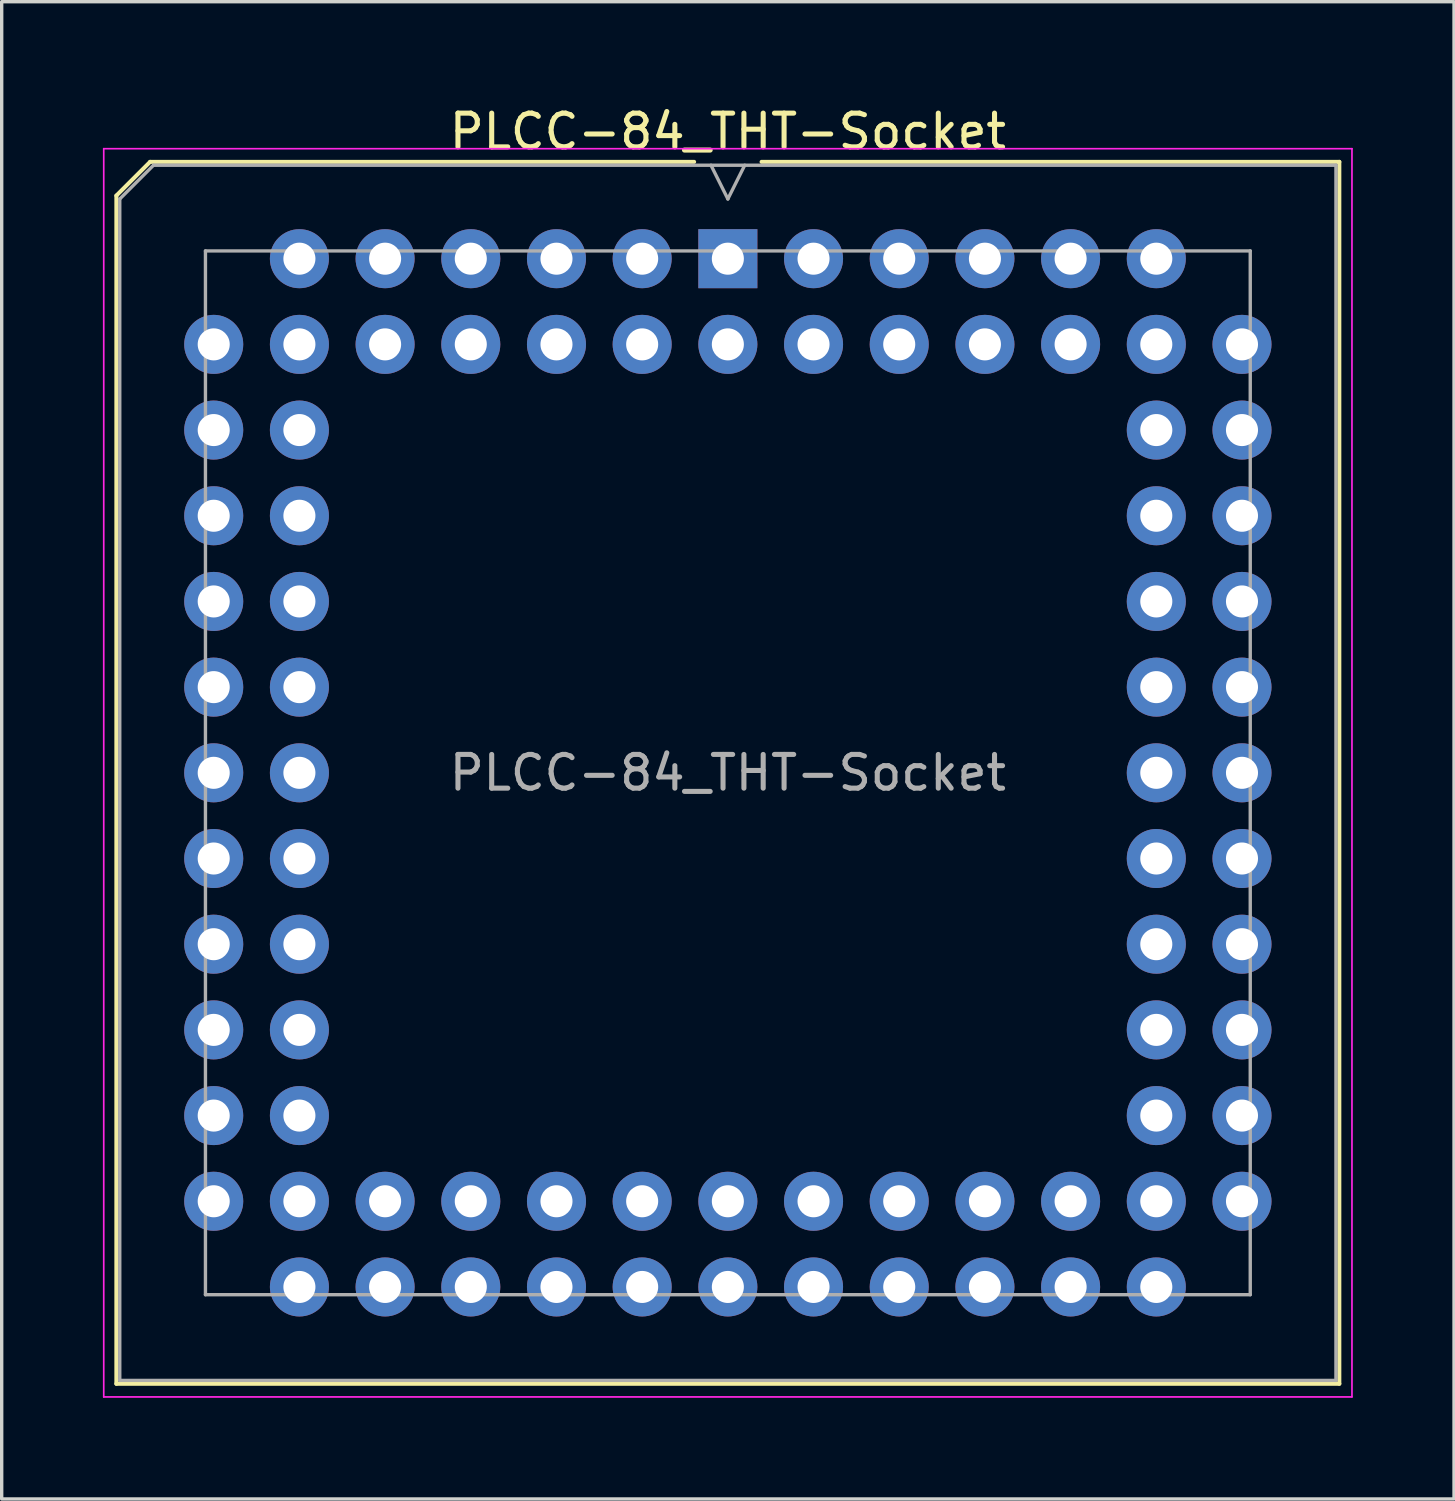
<source format=kicad_pcb>
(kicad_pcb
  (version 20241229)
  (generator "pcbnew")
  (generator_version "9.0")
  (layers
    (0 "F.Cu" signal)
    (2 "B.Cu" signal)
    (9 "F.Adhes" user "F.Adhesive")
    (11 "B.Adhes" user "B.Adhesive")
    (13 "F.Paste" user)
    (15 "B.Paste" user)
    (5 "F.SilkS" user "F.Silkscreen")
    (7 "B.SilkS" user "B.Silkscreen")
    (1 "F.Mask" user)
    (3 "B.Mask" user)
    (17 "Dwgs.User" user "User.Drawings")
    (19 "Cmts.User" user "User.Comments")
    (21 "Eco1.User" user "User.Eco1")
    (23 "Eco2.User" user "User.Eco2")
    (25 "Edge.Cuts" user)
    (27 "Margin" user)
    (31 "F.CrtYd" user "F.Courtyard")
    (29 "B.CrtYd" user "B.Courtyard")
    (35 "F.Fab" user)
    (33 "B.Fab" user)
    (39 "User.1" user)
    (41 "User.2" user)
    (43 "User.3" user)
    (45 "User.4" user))
  (footprint "PLCC-84_THT-Socket"
    (layer "F.Cu")
    (at 18.525 4.618)
    (property "Reference" "PLCC-84_THT-Socket" (at 0 -3.77 0) (layer "F.SilkS") (effects (font (size 1 1) (thickness 0.15))))
    (attr through_hole)
    (fp_line (start -18.125 -1.87) (end -18.125 33.35) (stroke (width 0.12) (type solid)) (layer "F.SilkS"))
    (fp_line (start -18.125 33.35) (end 18.125 33.35) (stroke (width 0.12) (type solid)) (layer "F.SilkS"))
    (fp_line (start -17.125 -2.87) (end -18.125 -1.87) (stroke (width 0.12) (type solid)) (layer "F.SilkS"))
    (fp_line (start -1 -2.87) (end -17.125 -2.87) (stroke (width 0.12) (type solid)) (layer "F.SilkS"))
    (fp_line (start 18.125 -2.87) (end 1 -2.87) (stroke (width 0.12) (type solid)) (layer "F.SilkS"))
    (fp_line (start 18.125 33.35) (end 18.125 -2.87) (stroke (width 0.12) (type solid)) (layer "F.SilkS"))
    (fp_line (start -18.5 -3.26) (end -18.5 33.74) (stroke (width 0.05) (type solid)) (layer "F.CrtYd"))
    (fp_line (start -18.5 33.74) (end 18.5 33.74) (stroke (width 0.05) (type solid)) (layer "F.CrtYd"))
    (fp_line (start 18.5 -3.26) (end -18.5 -3.26) (stroke (width 0.05) (type solid)) (layer "F.CrtYd"))
    (fp_line (start 18.5 33.74) (end 18.5 -3.26) (stroke (width 0.05) (type solid)) (layer "F.CrtYd"))
    (fp_line (start -18.025 -1.77) (end -18.025 33.25) (stroke (width 0.1) (type solid)) (layer "F.Fab"))
    (fp_line (start -18.025 33.25) (end 18.025 33.25) (stroke (width 0.1) (type solid)) (layer "F.Fab"))
    (fp_line (start -17.025 -2.77) (end -18.025 -1.77) (stroke (width 0.1) (type solid)) (layer "F.Fab"))
    (fp_line (start -15.485 -0.23) (end -15.485 30.71) (stroke (width 0.1) (type solid)) (layer "F.Fab"))
    (fp_line (start -15.485 30.71) (end 15.485 30.71) (stroke (width 0.1) (type solid)) (layer "F.Fab"))
    (fp_line (start -0.5 -2.77) (end 0 -1.77) (stroke (width 0.1) (type solid)) (layer "F.Fab"))
    (fp_line (start 0 -1.77) (end 0.5 -2.77) (stroke (width 0.1) (type solid)) (layer "F.Fab"))
    (fp_line (start 15.485 -0.23) (end -15.485 -0.23) (stroke (width 0.1) (type solid)) (layer "F.Fab"))
    (fp_line (start 15.485 30.71) (end 15.485 -0.23) (stroke (width 0.1) (type solid)) (layer "F.Fab"))
    (fp_line (start 18.025 -2.77) (end -17.025 -2.77) (stroke (width 0.1) (type solid)) (layer "F.Fab"))
    (fp_line (start 18.025 33.25) (end 18.025 -2.77) (stroke (width 0.1) (type solid)) (layer "F.Fab"))
    (fp_text user "${REFERENCE}" (at 0 15.24 0) (layer "F.Fab") (effects (font (size 1 1) (thickness 0.15))))
    (pad "1" thru_hole rect (at 0 0) (size 1.75 1.75) (drill 0.95) (layers "*.Cu" "*.Mask"))
    (pad "2" thru_hole circle (at 0 2.54) (size 1.75 1.75) (drill 0.95) (layers "*.Cu" "*.Mask"))
    (pad "3" thru_hole circle (at -2.54 0) (size 1.75 1.75) (drill 0.95) (layers "*.Cu" "*.Mask"))
    (pad "4" thru_hole circle (at -2.54 2.54) (size 1.75 1.75) (drill 0.95) (layers "*.Cu" "*.Mask"))
    (pad "5" thru_hole circle (at -5.08 0) (size 1.75 1.75) (drill 0.95) (layers "*.Cu" "*.Mask"))
    (pad "6" thru_hole circle (at -5.08 2.54) (size 1.75 1.75) (drill 0.95) (layers "*.Cu" "*.Mask"))
    (pad "7" thru_hole circle (at -7.62 0) (size 1.75 1.75) (drill 0.95) (layers "*.Cu" "*.Mask"))
    (pad "8" thru_hole circle (at -7.62 2.54) (size 1.75 1.75) (drill 0.95) (layers "*.Cu" "*.Mask"))
    (pad "9" thru_hole circle (at -10.16 0) (size 1.75 1.75) (drill 0.95) (layers "*.Cu" "*.Mask"))
    (pad "10" thru_hole circle (at -10.16 2.54) (size 1.75 1.75) (drill 0.95) (layers "*.Cu" "*.Mask"))
    (pad "11" thru_hole circle (at -12.7 0) (size 1.75 1.75) (drill 0.95) (layers "*.Cu" "*.Mask"))
    (pad "12" thru_hole circle (at -15.24 2.54) (size 1.75 1.75) (drill 0.95) (layers "*.Cu" "*.Mask"))
    (pad "13" thru_hole circle (at -12.7 2.54) (size 1.75 1.75) (drill 0.95) (layers "*.Cu" "*.Mask"))
    (pad "14" thru_hole circle (at -15.24 5.08) (size 1.75 1.75) (drill 0.95) (layers "*.Cu" "*.Mask"))
    (pad "15" thru_hole circle (at -12.7 5.08) (size 1.75 1.75) (drill 0.95) (layers "*.Cu" "*.Mask"))
    (pad "16" thru_hole circle (at -15.24 7.62) (size 1.75 1.75) (drill 0.95) (layers "*.Cu" "*.Mask"))
    (pad "17" thru_hole circle (at -12.7 7.62) (size 1.75 1.75) (drill 0.95) (layers "*.Cu" "*.Mask"))
    (pad "18" thru_hole circle (at -15.24 10.16) (size 1.75 1.75) (drill 0.95) (layers "*.Cu" "*.Mask"))
    (pad "19" thru_hole circle (at -12.7 10.16) (size 1.75 1.75) (drill 0.95) (layers "*.Cu" "*.Mask"))
    (pad "20" thru_hole circle (at -15.24 12.7) (size 1.75 1.75) (drill 0.95) (layers "*.Cu" "*.Mask"))
    (pad "21" thru_hole circle (at -12.7 12.7) (size 1.75 1.75) (drill 0.95) (layers "*.Cu" "*.Mask"))
    (pad "22" thru_hole circle (at -15.24 15.24) (size 1.75 1.75) (drill 0.95) (layers "*.Cu" "*.Mask"))
    (pad "23" thru_hole circle (at -12.7 15.24) (size 1.75 1.75) (drill 0.95) (layers "*.Cu" "*.Mask"))
    (pad "24" thru_hole circle (at -15.24 17.78) (size 1.75 1.75) (drill 0.95) (layers "*.Cu" "*.Mask"))
    (pad "25" thru_hole circle (at -12.7 17.78) (size 1.75 1.75) (drill 0.95) (layers "*.Cu" "*.Mask"))
    (pad "26" thru_hole circle (at -15.24 20.32) (size 1.75 1.75) (drill 0.95) (layers "*.Cu" "*.Mask"))
    (pad "27" thru_hole circle (at -12.7 20.32) (size 1.75 1.75) (drill 0.95) (layers "*.Cu" "*.Mask"))
    (pad "28" thru_hole circle (at -15.24 22.86) (size 1.75 1.75) (drill 0.95) (layers "*.Cu" "*.Mask"))
    (pad "29" thru_hole circle (at -12.7 22.86) (size 1.75 1.75) (drill 0.95) (layers "*.Cu" "*.Mask"))
    (pad "30" thru_hole circle (at -15.24 25.4) (size 1.75 1.75) (drill 0.95) (layers "*.Cu" "*.Mask"))
    (pad "31" thru_hole circle (at -12.7 25.4) (size 1.75 1.75) (drill 0.95) (layers "*.Cu" "*.Mask"))
    (pad "32" thru_hole circle (at -15.24 27.94) (size 1.75 1.75) (drill 0.95) (layers "*.Cu" "*.Mask"))
    (pad "33" thru_hole circle (at -12.7 30.48) (size 1.75 1.75) (drill 0.95) (layers "*.Cu" "*.Mask"))
    (pad "34" thru_hole circle (at -12.7 27.94) (size 1.75 1.75) (drill 0.95) (layers "*.Cu" "*.Mask"))
    (pad "35" thru_hole circle (at -10.16 30.48) (size 1.75 1.75) (drill 0.95) (layers "*.Cu" "*.Mask"))
    (pad "36" thru_hole circle (at -10.16 27.94) (size 1.75 1.75) (drill 0.95) (layers "*.Cu" "*.Mask"))
    (pad "37" thru_hole circle (at -7.62 30.48) (size 1.75 1.75) (drill 0.95) (layers "*.Cu" "*.Mask"))
    (pad "38" thru_hole circle (at -7.62 27.94) (size 1.75 1.75) (drill 0.95) (layers "*.Cu" "*.Mask"))
    (pad "39" thru_hole circle (at -5.08 30.48) (size 1.75 1.75) (drill 0.95) (layers "*.Cu" "*.Mask"))
    (pad "40" thru_hole circle (at -5.08 27.94) (size 1.75 1.75) (drill 0.95) (layers "*.Cu" "*.Mask"))
    (pad "41" thru_hole circle (at -2.54 30.48) (size 1.75 1.75) (drill 0.95) (layers "*.Cu" "*.Mask"))
    (pad "42" thru_hole circle (at -2.54 27.94) (size 1.75 1.75) (drill 0.95) (layers "*.Cu" "*.Mask"))
    (pad "43" thru_hole circle (at 0 30.48) (size 1.75 1.75) (drill 0.95) (layers "*.Cu" "*.Mask"))
    (pad "44" thru_hole circle (at 0 27.94) (size 1.75 1.75) (drill 0.95) (layers "*.Cu" "*.Mask"))
    (pad "45" thru_hole circle (at 2.54 30.48) (size 1.75 1.75) (drill 0.95) (layers "*.Cu" "*.Mask"))
    (pad "46" thru_hole circle (at 2.54 27.94) (size 1.75 1.75) (drill 0.95) (layers "*.Cu" "*.Mask"))
    (pad "47" thru_hole circle (at 5.08 30.48) (size 1.75 1.75) (drill 0.95) (layers "*.Cu" "*.Mask"))
    (pad "48" thru_hole circle (at 5.08 27.94) (size 1.75 1.75) (drill 0.95) (layers "*.Cu" "*.Mask"))
    (pad "49" thru_hole circle (at 7.62 30.48) (size 1.75 1.75) (drill 0.95) (layers "*.Cu" "*.Mask"))
    (pad "50" thru_hole circle (at 7.62 27.94) (size 1.75 1.75) (drill 0.95) (layers "*.Cu" "*.Mask"))
    (pad "51" thru_hole circle (at 10.16 30.48) (size 1.75 1.75) (drill 0.95) (layers "*.Cu" "*.Mask"))
    (pad "52" thru_hole circle (at 10.16 27.94) (size 1.75 1.75) (drill 0.95) (layers "*.Cu" "*.Mask"))
    (pad "53" thru_hole circle (at 12.7 30.48) (size 1.75 1.75) (drill 0.95) (layers "*.Cu" "*.Mask"))
    (pad "54" thru_hole circle (at 15.24 27.94) (size 1.75 1.75) (drill 0.95) (layers "*.Cu" "*.Mask"))
    (pad "55" thru_hole circle (at 12.7 27.94) (size 1.75 1.75) (drill 0.95) (layers "*.Cu" "*.Mask"))
    (pad "56" thru_hole circle (at 15.24 25.4) (size 1.75 1.75) (drill 0.95) (layers "*.Cu" "*.Mask"))
    (pad "57" thru_hole circle (at 12.7 25.4) (size 1.75 1.75) (drill 0.95) (layers "*.Cu" "*.Mask"))
    (pad "58" thru_hole circle (at 15.24 22.86) (size 1.75 1.75) (drill 0.95) (layers "*.Cu" "*.Mask"))
    (pad "59" thru_hole circle (at 12.7 22.86) (size 1.75 1.75) (drill 0.95) (layers "*.Cu" "*.Mask"))
    (pad "60" thru_hole circle (at 15.24 20.32) (size 1.75 1.75) (drill 0.95) (layers "*.Cu" "*.Mask"))
    (pad "61" thru_hole circle (at 12.7 20.32) (size 1.75 1.75) (drill 0.95) (layers "*.Cu" "*.Mask"))
    (pad "62" thru_hole circle (at 15.24 17.78) (size 1.75 1.75) (drill 0.95) (layers "*.Cu" "*.Mask"))
    (pad "63" thru_hole circle (at 12.7 17.78) (size 1.75 1.75) (drill 0.95) (layers "*.Cu" "*.Mask"))
    (pad "64" thru_hole circle (at 15.24 15.24) (size 1.75 1.75) (drill 0.95) (layers "*.Cu" "*.Mask"))
    (pad "65" thru_hole circle (at 12.7 15.24) (size 1.75 1.75) (drill 0.95) (layers "*.Cu" "*.Mask"))
    (pad "66" thru_hole circle (at 15.24 12.7) (size 1.75 1.75) (drill 0.95) (layers "*.Cu" "*.Mask"))
    (pad "67" thru_hole circle (at 12.7 12.7) (size 1.75 1.75) (drill 0.95) (layers "*.Cu" "*.Mask"))
    (pad "68" thru_hole circle (at 15.24 10.16) (size 1.75 1.75) (drill 0.95) (layers "*.Cu" "*.Mask"))
    (pad "69" thru_hole circle (at 12.7 10.16) (size 1.75 1.75) (drill 0.95) (layers "*.Cu" "*.Mask"))
    (pad "70" thru_hole circle (at 15.24 7.62) (size 1.75 1.75) (drill 0.95) (layers "*.Cu" "*.Mask"))
    (pad "71" thru_hole circle (at 12.7 7.62) (size 1.75 1.75) (drill 0.95) (layers "*.Cu" "*.Mask"))
    (pad "72" thru_hole circle (at 15.24 5.08) (size 1.75 1.75) (drill 0.95) (layers "*.Cu" "*.Mask"))
    (pad "73" thru_hole circle (at 12.7 5.08) (size 1.75 1.75) (drill 0.95) (layers "*.Cu" "*.Mask"))
    (pad "74" thru_hole circle (at 15.24 2.54) (size 1.75 1.75) (drill 0.95) (layers "*.Cu" "*.Mask"))
    (pad "75" thru_hole circle (at 12.7 0) (size 1.75 1.75) (drill 0.95) (layers "*.Cu" "*.Mask"))
    (pad "76" thru_hole circle (at 12.7 2.54) (size 1.75 1.75) (drill 0.95) (layers "*.Cu" "*.Mask"))
    (pad "77" thru_hole circle (at 10.16 0) (size 1.75 1.75) (drill 0.95) (layers "*.Cu" "*.Mask"))
    (pad "78" thru_hole circle (at 10.16 2.54) (size 1.75 1.75) (drill 0.95) (layers "*.Cu" "*.Mask"))
    (pad "79" thru_hole circle (at 7.62 0) (size 1.75 1.75) (drill 0.95) (layers "*.Cu" "*.Mask"))
    (pad "80" thru_hole circle (at 7.62 2.54) (size 1.75 1.75) (drill 0.95) (layers "*.Cu" "*.Mask"))
    (pad "81" thru_hole circle (at 5.08 0) (size 1.75 1.75) (drill 0.95) (layers "*.Cu" "*.Mask"))
    (pad "82" thru_hole circle (at 5.08 2.54) (size 1.75 1.75) (drill 0.95) (layers "*.Cu" "*.Mask"))
    (pad "83" thru_hole circle (at 2.54 0) (size 1.75 1.75) (drill 0.95) (layers "*.Cu" "*.Mask"))
    (pad "84" thru_hole circle (at 2.54 2.54) (size 1.75 1.75) (drill 0.95) (layers "*.Cu" "*.Mask")))
  (gr_rect
    (start -3 -3)
    (end 40.05 41.383)
    (stroke (width 0.1) (type default))
    (fill no)
    (layer "Edge.Cuts")))
</source>
